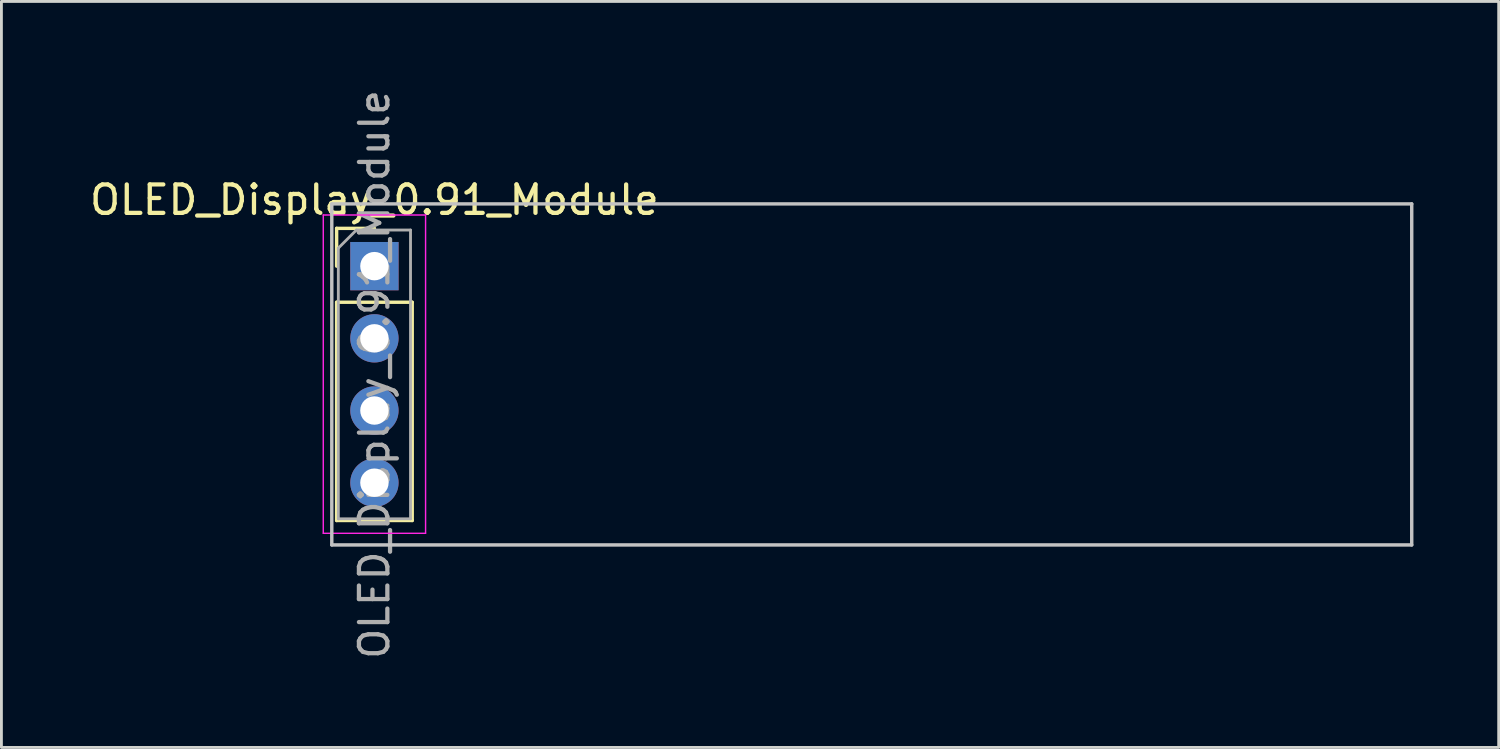
<source format=kicad_pcb>
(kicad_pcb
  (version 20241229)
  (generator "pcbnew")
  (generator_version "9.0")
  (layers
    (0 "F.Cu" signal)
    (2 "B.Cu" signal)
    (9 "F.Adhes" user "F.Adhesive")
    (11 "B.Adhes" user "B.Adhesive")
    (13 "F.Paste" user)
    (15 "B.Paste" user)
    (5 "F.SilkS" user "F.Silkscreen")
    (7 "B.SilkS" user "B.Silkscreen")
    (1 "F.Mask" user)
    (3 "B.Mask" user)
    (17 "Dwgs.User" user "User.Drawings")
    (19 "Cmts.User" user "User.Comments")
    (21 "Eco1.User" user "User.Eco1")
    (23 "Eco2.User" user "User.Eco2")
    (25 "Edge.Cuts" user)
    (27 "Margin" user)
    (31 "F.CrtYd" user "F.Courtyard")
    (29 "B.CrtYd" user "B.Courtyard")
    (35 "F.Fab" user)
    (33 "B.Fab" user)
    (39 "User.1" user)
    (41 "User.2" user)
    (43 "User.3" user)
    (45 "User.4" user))
  (footprint "OLED_Display_0.91_Module"
    (layer "F.Cu")
    (at 10.125 6.315)
    (property "Reference" "OLED_Display_0.91_Module" (at 0 -2.33 0) (layer "F.SilkS") (effects (font (size 1 1) (thickness 0.15))))
    (attr through_hole)
    (fp_line (start -1.33 -1.33) (end 0 -1.33) (stroke (width 0.12) (type solid)) (layer "F.SilkS"))
    (fp_line (start -1.33 0) (end -1.33 -1.33) (stroke (width 0.12) (type solid)) (layer "F.SilkS"))
    (fp_line (start -1.33 1.27) (end -1.33 8.95) (stroke (width 0.12) (type solid)) (layer "F.SilkS"))
    (fp_line (start -1.33 1.27) (end 1.33 1.27) (stroke (width 0.12) (type solid)) (layer "F.SilkS"))
    (fp_line (start -1.33 8.95) (end 1.33 8.95) (stroke (width 0.12) (type solid)) (layer "F.SilkS"))
    (fp_line (start 1.33 1.27) (end 1.33 8.95) (stroke (width 0.12) (type solid)) (layer "F.SilkS"))
    (fp_line (start -1.5 9.81) (end -1.5 -2.19) (stroke (width 0.12) (type solid)) (layer "Dwgs.User"))
    (fp_line (start -1.5 9.81) (end 36.5 9.81) (stroke (width 0.12) (type solid)) (layer "Dwgs.User"))
    (fp_line (start 36.5 -2.19) (end -1.5 -2.19) (stroke (width 0.12) (type solid)) (layer "Dwgs.User"))
    (fp_line (start 36.5 -2.19) (end 36.5 9.81) (stroke (width 0.12) (type solid)) (layer "Dwgs.User"))
    (fp_line (start -1.8 -1.8) (end -1.8 9.4) (stroke (width 0.05) (type solid)) (layer "F.CrtYd"))
    (fp_line (start -1.8 9.4) (end 1.8 9.4) (stroke (width 0.05) (type solid)) (layer "F.CrtYd"))
    (fp_line (start 1.8 -1.8) (end -1.8 -1.8) (stroke (width 0.05) (type solid)) (layer "F.CrtYd"))
    (fp_line (start 1.8 9.4) (end 1.8 -1.8) (stroke (width 0.05) (type solid)) (layer "F.CrtYd"))
    (fp_line (start -1.27 -0.635) (end -0.635 -1.27) (stroke (width 0.1) (type solid)) (layer "F.Fab"))
    (fp_line (start -1.27 8.89) (end -1.27 -0.635) (stroke (width 0.1) (type solid)) (layer "F.Fab"))
    (fp_line (start -0.635 -1.27) (end 1.27 -1.27) (stroke (width 0.1) (type solid)) (layer "F.Fab"))
    (fp_line (start 1.27 -1.27) (end 1.27 8.89) (stroke (width 0.1) (type solid)) (layer "F.Fab"))
    (fp_line (start 1.27 8.89) (end -1.27 8.89) (stroke (width 0.1) (type solid)) (layer "F.Fab"))
    (fp_text user "${REFERENCE}" (at 0 3.81 90) (layer "F.Fab") (effects (font (size 1 1) (thickness 0.15))))
    (pad "1" thru_hole rect (at 0 0) (size 1.7 1.7) (drill 1) (layers "*.Cu" "*.Mask"))
    (pad "2" thru_hole oval (at 0 2.54) (size 1.7 1.7) (drill 1) (layers "*.Cu" "*.Mask"))
    (pad "3" thru_hole oval (at 0 5.08) (size 1.7 1.7) (drill 1) (layers "*.Cu" "*.Mask"))
    (pad "4" thru_hole oval (at 0 7.62) (size 1.7 1.7) (drill 1) (layers "*.Cu" "*.Mask")))
  (gr_rect
    (start -3 -3)
    (end 49.685 23.25)
    (stroke (width 0.1) (type default))
    (fill no)
    (layer "Edge.Cuts")))
</source>
